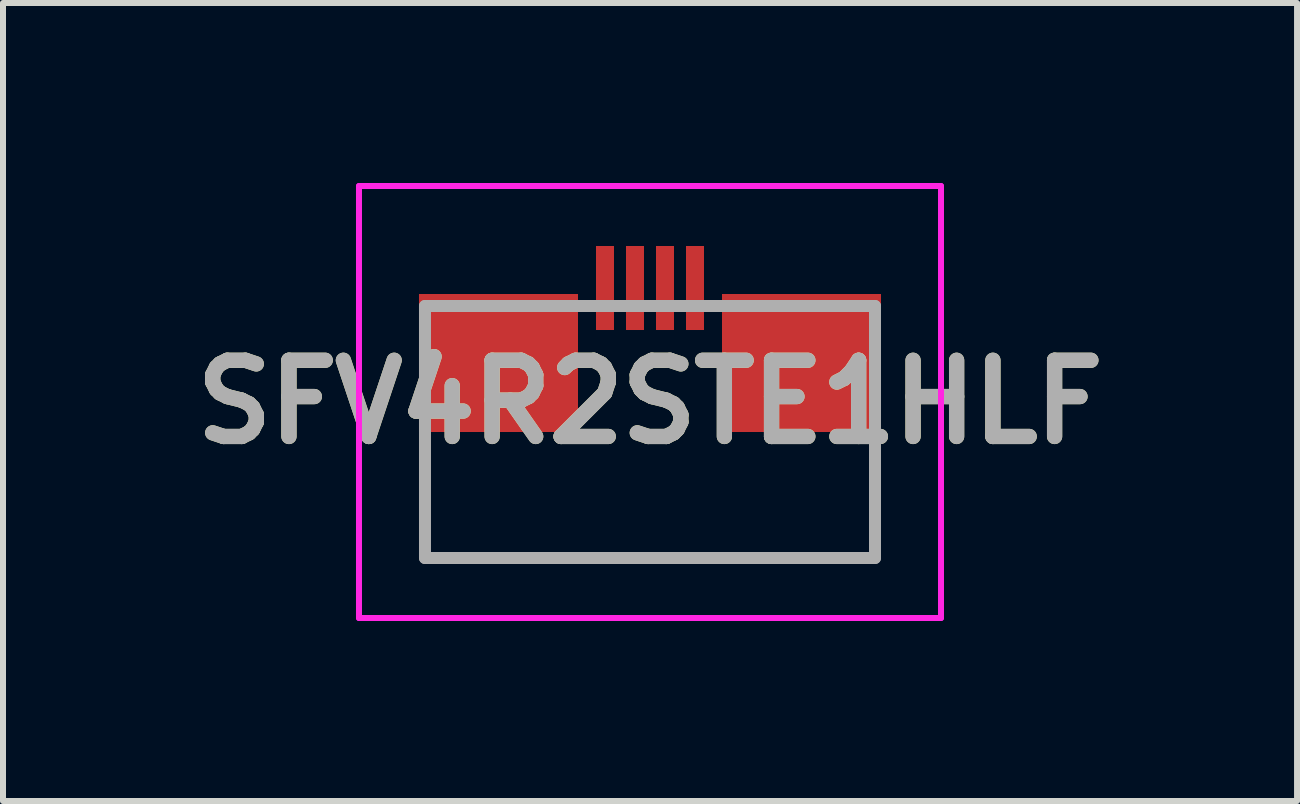
<source format=kicad_pcb>
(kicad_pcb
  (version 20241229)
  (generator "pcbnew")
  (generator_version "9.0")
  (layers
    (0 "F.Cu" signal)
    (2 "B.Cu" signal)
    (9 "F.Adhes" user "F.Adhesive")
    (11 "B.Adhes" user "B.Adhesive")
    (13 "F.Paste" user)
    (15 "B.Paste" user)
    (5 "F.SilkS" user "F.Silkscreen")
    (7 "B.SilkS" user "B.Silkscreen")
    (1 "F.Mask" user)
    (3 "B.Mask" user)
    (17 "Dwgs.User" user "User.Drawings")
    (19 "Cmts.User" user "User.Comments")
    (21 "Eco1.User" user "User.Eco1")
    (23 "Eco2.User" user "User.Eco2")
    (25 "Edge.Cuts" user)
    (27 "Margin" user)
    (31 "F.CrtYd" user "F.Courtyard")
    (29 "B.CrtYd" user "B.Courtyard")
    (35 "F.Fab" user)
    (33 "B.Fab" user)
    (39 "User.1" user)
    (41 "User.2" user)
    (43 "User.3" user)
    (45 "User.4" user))
  (footprint "SFV4R2STE1HLF"
    (layer "F.Cu")
    (at 7.783 4)
    (property "Reference" "SFV4R2STE1HLF" (at 0 -0.35 0) (layer "F.SilkS") (effects (font (size 1.27 1.27) (thickness 0.254))))
    (attr smd)
    (fp_line (start -3.75 1) (end -3.75 2.25) (stroke (width 0.1) (type solid)) (layer "F.SilkS"))
    (fp_line (start -3.75 2.25) (end 3.75 2.25) (stroke (width 0.1) (type solid)) (layer "F.SilkS"))
    (fp_line (start 3.75 2.25) (end 3.75 1) (stroke (width 0.1) (type solid)) (layer "F.SilkS"))
    (fp_line (start -4.85 -3.95) (end 4.85 -3.95) (stroke (width 0.1) (type solid)) (layer "F.CrtYd"))
    (fp_line (start -4.85 3.25) (end -4.85 -3.95) (stroke (width 0.1) (type solid)) (layer "F.CrtYd"))
    (fp_line (start 4.85 -3.95) (end 4.85 3.25) (stroke (width 0.1) (type solid)) (layer "F.CrtYd"))
    (fp_line (start 4.85 3.25) (end -4.85 3.25) (stroke (width 0.1) (type solid)) (layer "F.CrtYd"))
    (fp_line (start -3.75 -1.95) (end 3.75 -1.95) (stroke (width 0.2) (type solid)) (layer "F.Fab"))
    (fp_line (start -3.75 2.25) (end -3.75 -1.95) (stroke (width 0.2) (type solid)) (layer "F.Fab"))
    (fp_line (start 3.75 -1.95) (end 3.75 2.25) (stroke (width 0.2) (type solid)) (layer "F.Fab"))
    (fp_line (start 3.75 2.25) (end -3.75 2.25) (stroke (width 0.2) (type solid)) (layer "F.Fab"))
    (fp_text user "${REFERENCE}" (at 0 -0.35 0) (layer "F.Fab") (effects (font (size 1.27 1.27) (thickness 0.254))))
    (pad "1" smd rect (at -0.75 -2.25) (size 0.3 1.4) (layers "F.Cu" "F.Mask" "F.Paste"))
    (pad "2" smd rect (at -0.25 -2.25) (size 0.3 1.4) (layers "F.Cu" "F.Mask" "F.Paste"))
    (pad "3" smd rect (at 0.25 -2.25) (size 0.3 1.4) (layers "F.Cu" "F.Mask" "F.Paste"))
    (pad "4" smd rect (at 0.75 -2.25) (size 0.3 1.4) (layers "F.Cu" "F.Mask" "F.Paste"))
    (pad "MP1" smd rect (at -2.525 -1 90) (size 2.3 2.65) (layers "F.Cu" "F.Mask" "F.Paste"))
    (pad "MP2" smd rect (at 2.525 -1 90) (size 2.3 2.65) (layers "F.Cu" "F.Mask" "F.Paste")))
  (gr_rect
    (start -3 -3)
    (end 18.567 10.3)
    (stroke (width 0.1) (type default))
    (fill no)
    (layer "Edge.Cuts")))
</source>
